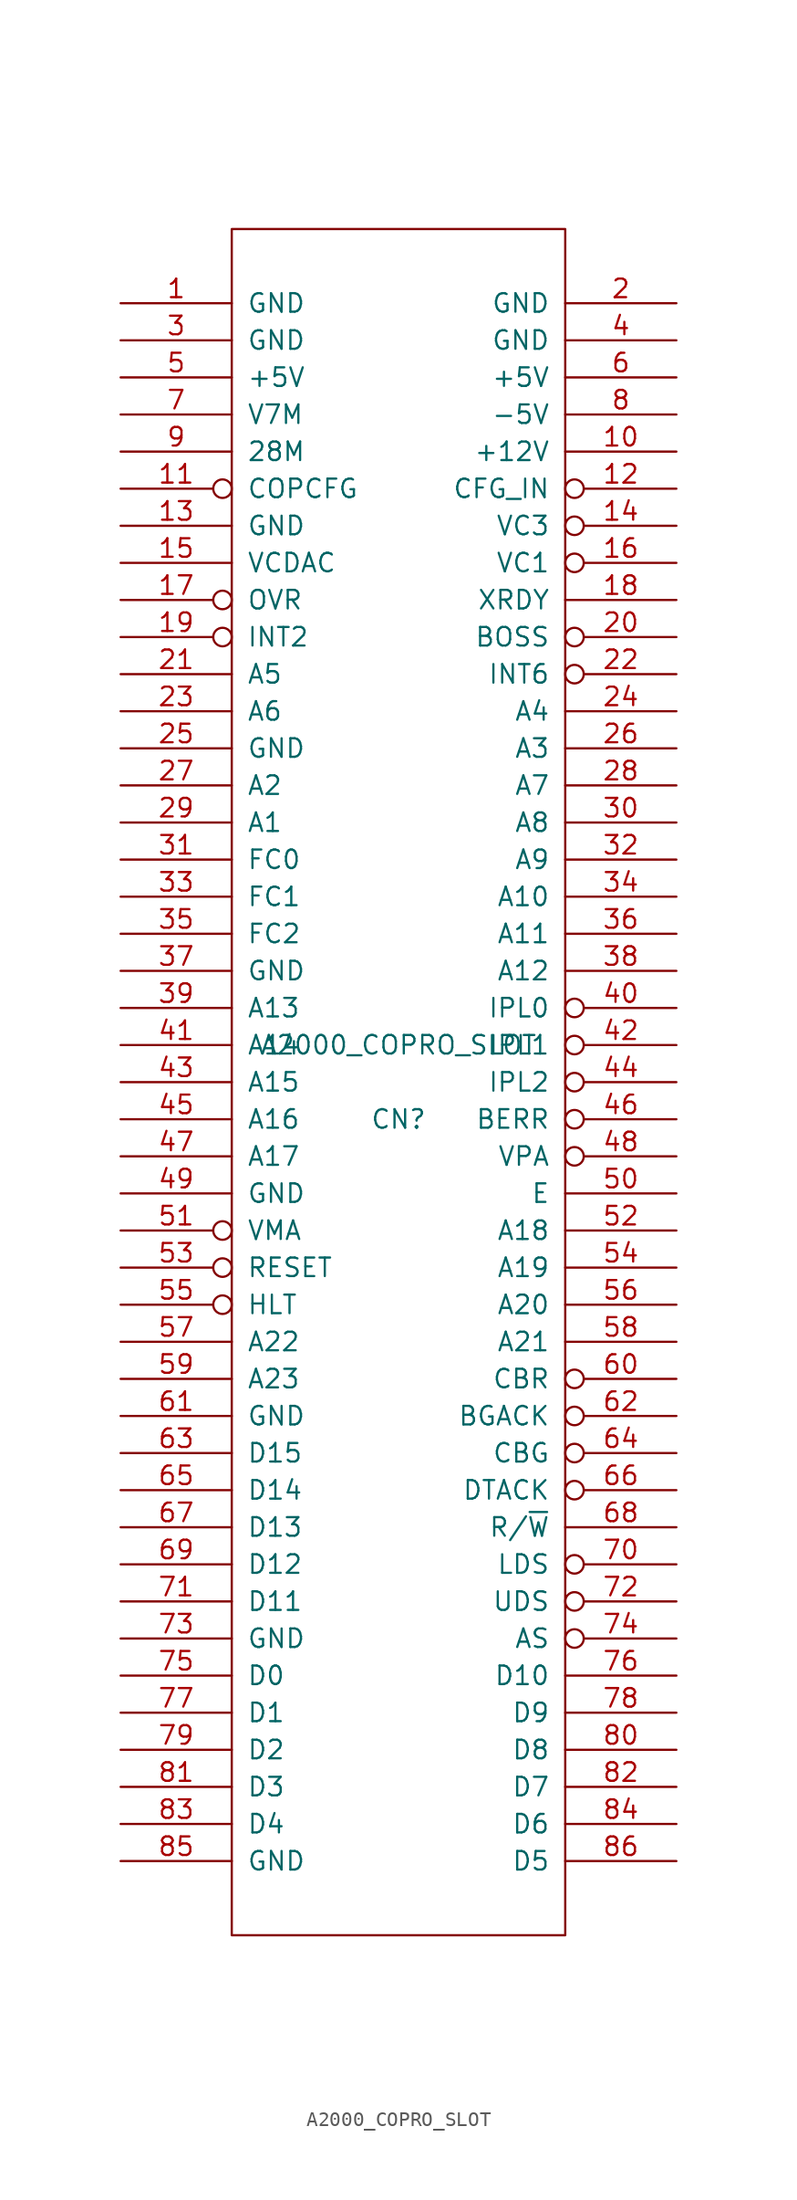
<source format=kicad_sym>
(kicad_symbol_lib
  (version 20241209)
  (generator "kicad_symbol_editor")
  (generator_version "9.0")
  (symbol "A2000_COPRO_SLOT"
    (pin_names
      (offset 1.016))
    (property "Reference" "CN"
      (at 0 -2.54 0)
      (effects (font (size 1.27 1.27))))
    (property "Value" "A2000_COPRO_SLOT"
      (at 0 2.54 0)
      (effects (font (size 1.27 1.27))))
    (symbol "A2000_COPRO_SLOT_1_0"
      (rectangle (start -11.43 -58.42) (end 11.43 58.42) (stroke (width 0) (type solid)) (fill (type none))))
    (symbol "A2000_COPRO_SLOT_1_1"
      (pin power_out line (at -19.05 53.34 0) (length 7.62) (name "GND" (effects (font (size 1.27 1.27)))) (number "1" (effects (font (size 1.27 1.27)))))
      (pin passive line (at -19.05 50.8 0) (length 7.62) (name "GND" (effects (font (size 1.27 1.27)))) (number "3" (effects (font (size 1.27 1.27)))))
      (pin passive line (at -19.05 48.26 0) (length 7.62) (name "+5V" (effects (font (size 1.27 1.27)))) (number "5" (effects (font (size 1.27 1.27)))))
      (pin output line (at -19.05 45.72 0) (length 7.62) (name "V7M" (effects (font (size 1.27 1.27)))) (number "7" (effects (font (size 1.27 1.27)))))
      (pin output line (at -19.05 43.18 0) (length 7.62) (name "28M" (effects (font (size 1.27 1.27)))) (number "9" (effects (font (size 1.27 1.27)))))
      (pin passive inverted (at -19.05 40.64 0) (length 7.62) (name "COPCFG" (effects (font (size 1.27 1.27)))) (number "11" (effects (font (size 1.27 1.27)))))
      (pin passive line (at -19.05 38.1 0) (length 7.62) (name "GND" (effects (font (size 1.27 1.27)))) (number "13" (effects (font (size 1.27 1.27)))))
      (pin passive line (at -19.05 35.56 0) (length 7.62) (name "VCDAC" (effects (font (size 1.27 1.27)))) (number "15" (effects (font (size 1.27 1.27)))))
      (pin passive inverted (at -19.05 33.02 0) (length 7.62) (name "OVR" (effects (font (size 1.27 1.27)))) (number "17" (effects (font (size 1.27 1.27)))))
      (pin passive inverted (at -19.05 30.48 0) (length 7.62) (name "INT2" (effects (font (size 1.27 1.27)))) (number "19" (effects (font (size 1.27 1.27)))))
      (pin input line (at -19.05 27.94 0) (length 7.62) (name "A5" (effects (font (size 1.27 1.27)))) (number "21" (effects (font (size 1.27 1.27)))))
      (pin input line (at -19.05 25.4 0) (length 7.62) (name "A6" (effects (font (size 1.27 1.27)))) (number "23" (effects (font (size 1.27 1.27)))))
      (pin passive line (at -19.05 22.86 0) (length 7.62) (name "GND" (effects (font (size 1.27 1.27)))) (number "25" (effects (font (size 1.27 1.27)))))
      (pin input line (at -19.05 20.32 0) (length 7.62) (name "A2" (effects (font (size 1.27 1.27)))) (number "27" (effects (font (size 1.27 1.27)))))
      (pin input line (at -19.05 17.78 0) (length 7.62) (name "A1" (effects (font (size 1.27 1.27)))) (number "29" (effects (font (size 1.27 1.27)))))
      (pin passive line (at -19.05 15.24 0) (length 7.62) (name "FC0" (effects (font (size 1.27 1.27)))) (number "31" (effects (font (size 1.27 1.27)))))
      (pin passive line (at -19.05 12.7 0) (length 7.62) (name "FC1" (effects (font (size 1.27 1.27)))) (number "33" (effects (font (size 1.27 1.27)))))
      (pin passive line (at -19.05 10.16 0) (length 7.62) (name "FC2" (effects (font (size 1.27 1.27)))) (number "35" (effects (font (size 1.27 1.27)))))
      (pin passive line (at -19.05 7.62 0) (length 7.62) (name "GND" (effects (font (size 1.27 1.27)))) (number "37" (effects (font (size 1.27 1.27)))))
      (pin input line (at -19.05 5.08 0) (length 7.62) (name "A13" (effects (font (size 1.27 1.27)))) (number "39" (effects (font (size 1.27 1.27)))))
      (pin input line (at -19.05 2.54 0) (length 7.62) (name "A14" (effects (font (size 1.27 1.27)))) (number "41" (effects (font (size 1.27 1.27)))))
      (pin input line (at -19.05 0 0) (length 7.62) (name "A15" (effects (font (size 1.27 1.27)))) (number "43" (effects (font (size 1.27 1.27)))))
      (pin input line (at -19.05 -2.54 0) (length 7.62) (name "A16" (effects (font (size 1.27 1.27)))) (number "45" (effects (font (size 1.27 1.27)))))
      (pin input line (at -19.05 -5.08 0) (length 7.62) (name "A17" (effects (font (size 1.27 1.27)))) (number "47" (effects (font (size 1.27 1.27)))))
      (pin passive line (at -19.05 -7.62 0) (length 7.62) (name "GND" (effects (font (size 1.27 1.27)))) (number "49" (effects (font (size 1.27 1.27)))))
      (pin passive inverted (at -19.05 -10.16 0) (length 7.62) (name "VMA" (effects (font (size 1.27 1.27)))) (number "51" (effects (font (size 1.27 1.27)))))
      (pin passive inverted (at -19.05 -12.7 0) (length 7.62) (name "RESET" (effects (font (size 1.27 1.27)))) (number "53" (effects (font (size 1.27 1.27)))))
      (pin passive inverted (at -19.05 -15.24 0) (length 7.62) (name "HLT" (effects (font (size 1.27 1.27)))) (number "55" (effects (font (size 1.27 1.27)))))
      (pin input line (at -19.05 -17.78 0) (length 7.62) (name "A22" (effects (font (size 1.27 1.27)))) (number "57" (effects (font (size 1.27 1.27)))))
      (pin input line (at -19.05 -20.32 0) (length 7.62) (name "A23" (effects (font (size 1.27 1.27)))) (number "59" (effects (font (size 1.27 1.27)))))
      (pin passive line (at -19.05 -22.86 0) (length 7.62) (name "GND" (effects (font (size 1.27 1.27)))) (number "61" (effects (font (size 1.27 1.27)))))
      (pin bidirectional line (at -19.05 -25.4 0) (length 7.62) (name "D15" (effects (font (size 1.27 1.27)))) (number "63" (effects (font (size 1.27 1.27)))))
      (pin bidirectional line (at -19.05 -27.94 0) (length 7.62) (name "D14" (effects (font (size 1.27 1.27)))) (number "65" (effects (font (size 1.27 1.27)))))
      (pin bidirectional line (at -19.05 -30.48 0) (length 7.62) (name "D13" (effects (font (size 1.27 1.27)))) (number "67" (effects (font (size 1.27 1.27)))))
      (pin bidirectional line (at -19.05 -33.02 0) (length 7.62) (name "D12" (effects (font (size 1.27 1.27)))) (number "69" (effects (font (size 1.27 1.27)))))
      (pin bidirectional line (at -19.05 -35.56 0) (length 7.62) (name "D11" (effects (font (size 1.27 1.27)))) (number "71" (effects (font (size 1.27 1.27)))))
      (pin passive line (at -19.05 -38.1 0) (length 7.62) (name "GND" (effects (font (size 1.27 1.27)))) (number "73" (effects (font (size 1.27 1.27)))))
      (pin bidirectional line (at -19.05 -40.64 0) (length 7.62) (name "D0" (effects (font (size 1.27 1.27)))) (number "75" (effects (font (size 1.27 1.27)))))
      (pin bidirectional line (at -19.05 -43.18 0) (length 7.62) (name "D1" (effects (font (size 1.27 1.27)))) (number "77" (effects (font (size 1.27 1.27)))))
      (pin bidirectional line (at -19.05 -45.72 0) (length 7.62) (name "D2" (effects (font (size 1.27 1.27)))) (number "79" (effects (font (size 1.27 1.27)))))
      (pin bidirectional line (at -19.05 -48.26 0) (length 7.62) (name "D3" (effects (font (size 1.27 1.27)))) (number "81" (effects (font (size 1.27 1.27)))))
      (pin bidirectional line (at -19.05 -50.8 0) (length 7.62) (name "D4" (effects (font (size 1.27 1.27)))) (number "83" (effects (font (size 1.27 1.27)))))
      (pin passive line (at -19.05 -53.34 0) (length 7.62) (name "GND" (effects (font (size 1.27 1.27)))) (number "85" (effects (font (size 1.27 1.27)))))
      (pin passive line (at 19.05 53.34 180) (length 7.62) (name "GND" (effects (font (size 1.27 1.27)))) (number "2" (effects (font (size 1.27 1.27)))))
      (pin passive line (at 19.05 50.8 180) (length 7.62) (name "GND" (effects (font (size 1.27 1.27)))) (number "4" (effects (font (size 1.27 1.27)))))
      (pin power_out line (at 19.05 48.26 180) (length 7.62) (name "+5V" (effects (font (size 1.27 1.27)))) (number "6" (effects (font (size 1.27 1.27)))))
      (pin power_out line (at 19.05 45.72 180) (length 7.62) (name "-5V" (effects (font (size 1.27 1.27)))) (number "8" (effects (font (size 1.27 1.27)))))
      (pin power_out line (at 19.05 43.18 180) (length 7.62) (name "+12V" (effects (font (size 1.27 1.27)))) (number "10" (effects (font (size 1.27 1.27)))))
      (pin passive inverted (at 19.05 40.64 180) (length 7.62) (name "CFG_IN" (effects (font (size 1.27 1.27)))) (number "12" (effects (font (size 1.27 1.27)))))
      (pin passive inverted (at 19.05 38.1 180) (length 7.62) (name "VC3" (effects (font (size 1.27 1.27)))) (number "14" (effects (font (size 1.27 1.27)))))
      (pin passive inverted (at 19.05 35.56 180) (length 7.62) (name "VC1" (effects (font (size 1.27 1.27)))) (number "16" (effects (font (size 1.27 1.27)))))
      (pin passive line (at 19.05 33.02 180) (length 7.62) (name "XRDY" (effects (font (size 1.27 1.27)))) (number "18" (effects (font (size 1.27 1.27)))))
      (pin passive inverted (at 19.05 30.48 180) (length 7.62) (name "BOSS" (effects (font (size 1.27 1.27)))) (number "20" (effects (font (size 1.27 1.27)))))
      (pin passive inverted (at 19.05 27.94 180) (length 7.62) (name "INT6" (effects (font (size 1.27 1.27)))) (number "22" (effects (font (size 1.27 1.27)))))
      (pin input line (at 19.05 25.4 180) (length 7.62) (name "A4" (effects (font (size 1.27 1.27)))) (number "24" (effects (font (size 1.27 1.27)))))
      (pin input line (at 19.05 22.86 180) (length 7.62) (name "A3" (effects (font (size 1.27 1.27)))) (number "26" (effects (font (size 1.27 1.27)))))
      (pin input line (at 19.05 20.32 180) (length 7.62) (name "A7" (effects (font (size 1.27 1.27)))) (number "28" (effects (font (size 1.27 1.27)))))
      (pin input line (at 19.05 17.78 180) (length 7.62) (name "A8" (effects (font (size 1.27 1.27)))) (number "30" (effects (font (size 1.27 1.27)))))
      (pin input line (at 19.05 15.24 180) (length 7.62) (name "A9" (effects (font (size 1.27 1.27)))) (number "32" (effects (font (size 1.27 1.27)))))
      (pin input line (at 19.05 12.7 180) (length 7.62) (name "A10" (effects (font (size 1.27 1.27)))) (number "34" (effects (font (size 1.27 1.27)))))
      (pin input line (at 19.05 10.16 180) (length 7.62) (name "A11" (effects (font (size 1.27 1.27)))) (number "36" (effects (font (size 1.27 1.27)))))
      (pin input line (at 19.05 7.62 180) (length 7.62) (name "A12" (effects (font (size 1.27 1.27)))) (number "38" (effects (font (size 1.27 1.27)))))
      (pin passive inverted (at 19.05 5.08 180) (length 7.62) (name "IPL0" (effects (font (size 1.27 1.27)))) (number "40" (effects (font (size 1.27 1.27)))))
      (pin passive inverted (at 19.05 2.54 180) (length 7.62) (name "IPL1" (effects (font (size 1.27 1.27)))) (number "42" (effects (font (size 1.27 1.27)))))
      (pin passive inverted (at 19.05 0 180) (length 7.62) (name "IPL2" (effects (font (size 1.27 1.27)))) (number "44" (effects (font (size 1.27 1.27)))))
      (pin passive inverted (at 19.05 -2.54 180) (length 7.62) (name "BERR" (effects (font (size 1.27 1.27)))) (number "46" (effects (font (size 1.27 1.27)))))
      (pin passive inverted (at 19.05 -5.08 180) (length 7.62) (name "VPA" (effects (font (size 1.27 1.27)))) (number "48" (effects (font (size 1.27 1.27)))))
      (pin passive line (at 19.05 -7.62 180) (length 7.62) (name "E" (effects (font (size 1.27 1.27)))) (number "50" (effects (font (size 1.27 1.27)))))
      (pin input line (at 19.05 -10.16 180) (length 7.62) (name "A18" (effects (font (size 1.27 1.27)))) (number "52" (effects (font (size 1.27 1.27)))))
      (pin input line (at 19.05 -12.7 180) (length 7.62) (name "A19" (effects (font (size 1.27 1.27)))) (number "54" (effects (font (size 1.27 1.27)))))
      (pin input line (at 19.05 -15.24 180) (length 7.62) (name "A20" (effects (font (size 1.27 1.27)))) (number "56" (effects (font (size 1.27 1.27)))))
      (pin input line (at 19.05 -17.78 180) (length 7.62) (name "A21" (effects (font (size 1.27 1.27)))) (number "58" (effects (font (size 1.27 1.27)))))
      (pin passive inverted (at 19.05 -20.32 180) (length 7.62) (name "CBR" (effects (font (size 1.27 1.27)))) (number "60" (effects (font (size 1.27 1.27)))))
      (pin passive inverted (at 19.05 -22.86 180) (length 7.62) (name "BGACK" (effects (font (size 1.27 1.27)))) (number "62" (effects (font (size 1.27 1.27)))))
      (pin passive inverted (at 19.05 -25.4 180) (length 7.62) (name "CBG" (effects (font (size 1.27 1.27)))) (number "64" (effects (font (size 1.27 1.27)))))
      (pin passive inverted (at 19.05 -27.94 180) (length 7.62) (name "DTACK" (effects (font (size 1.27 1.27)))) (number "66" (effects (font (size 1.27 1.27)))))
      (pin input line (at 19.05 -30.48 180) (length 7.62) (name "R/~{W}" (effects (font (size 1.27 1.27)))) (number "68" (effects (font (size 1.27 1.27)))))
      (pin passive inverted (at 19.05 -33.02 180) (length 7.62) (name "LDS" (effects (font (size 1.27 1.27)))) (number "70" (effects (font (size 1.27 1.27)))))
      (pin passive inverted (at 19.05 -35.56 180) (length 7.62) (name "UDS" (effects (font (size 1.27 1.27)))) (number "72" (effects (font (size 1.27 1.27)))))
      (pin passive inverted (at 19.05 -38.1 180) (length 7.62) (name "AS" (effects (font (size 1.27 1.27)))) (number "74" (effects (font (size 1.27 1.27)))))
      (pin bidirectional line (at 19.05 -40.64 180) (length 7.62) (name "D10" (effects (font (size 1.27 1.27)))) (number "76" (effects (font (size 1.27 1.27)))))
      (pin bidirectional line (at 19.05 -43.18 180) (length 7.62) (name "D9" (effects (font (size 1.27 1.27)))) (number "78" (effects (font (size 1.27 1.27)))))
      (pin bidirectional line (at 19.05 -45.72 180) (length 7.62) (name "D8" (effects (font (size 1.27 1.27)))) (number "80" (effects (font (size 1.27 1.27)))))
      (pin bidirectional line (at 19.05 -48.26 180) (length 7.62) (name "D7" (effects (font (size 1.27 1.27)))) (number "82" (effects (font (size 1.27 1.27)))))
      (pin bidirectional line (at 19.05 -50.8 180) (length 7.62) (name "D6" (effects (font (size 1.27 1.27)))) (number "84" (effects (font (size 1.27 1.27)))))
      (pin bidirectional line (at 19.05 -53.34 180) (length 7.62) (name "D5" (effects (font (size 1.27 1.27)))) (number "86" (effects (font (size 1.27 1.27))))))))
</source>
